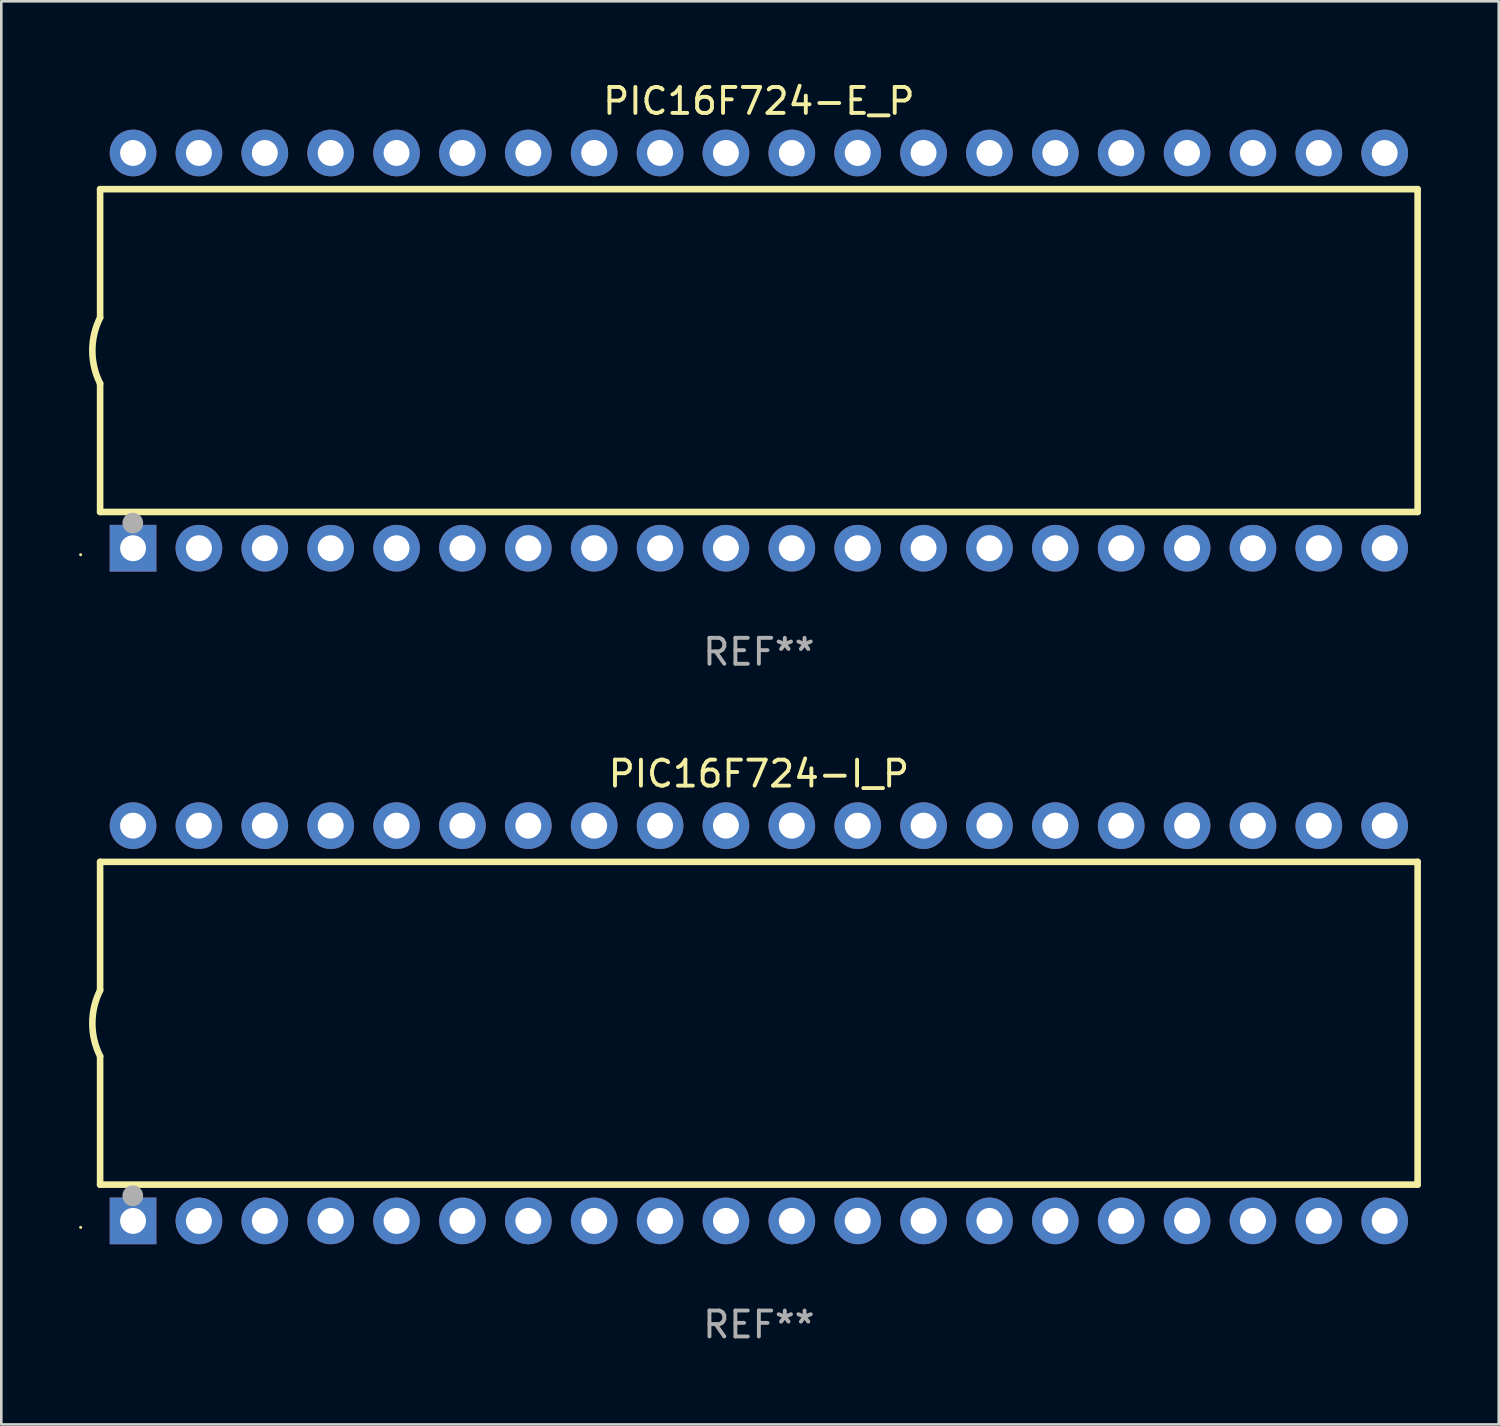
<source format=kicad_pcb>
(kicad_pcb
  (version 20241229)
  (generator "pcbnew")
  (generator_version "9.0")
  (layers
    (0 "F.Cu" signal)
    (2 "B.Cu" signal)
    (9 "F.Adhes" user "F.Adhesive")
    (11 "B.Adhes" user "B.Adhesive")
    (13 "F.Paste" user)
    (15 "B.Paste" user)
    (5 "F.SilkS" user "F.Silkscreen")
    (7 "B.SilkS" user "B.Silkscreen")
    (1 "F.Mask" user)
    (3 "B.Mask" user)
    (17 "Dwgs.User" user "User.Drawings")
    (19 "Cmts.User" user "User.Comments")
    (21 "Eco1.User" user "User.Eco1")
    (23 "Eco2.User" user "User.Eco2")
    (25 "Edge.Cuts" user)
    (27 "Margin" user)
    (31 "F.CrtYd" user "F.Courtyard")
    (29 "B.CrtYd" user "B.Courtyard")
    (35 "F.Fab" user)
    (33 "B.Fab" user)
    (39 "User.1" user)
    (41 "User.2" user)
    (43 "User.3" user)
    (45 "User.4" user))
  (footprint "PIC16F724-I_P"
    (layer "F.Cu")
    (at 26.21 36.405)
    (property "Reference" "PIC16F724-I_P" (at 0 -9.62 0) (layer "F.SilkS") (effects (font (size 1 1) (thickness 0.15))))
    (attr through_hole)
    (fp_line (start -25.4 -6.224) (end -25.4 -1.271) (stroke (width 0.254) (type solid)) (layer "F.SilkS"))
    (fp_line (start -25.4 -6.224) (end 25.4 -6.224) (stroke (width 0.254) (type solid)) (layer "F.SilkS"))
    (fp_line (start -25.4 1.269) (end -25.4 6.222) (stroke (width 0.254) (type solid)) (layer "F.SilkS"))
    (fp_line (start -25.4 6.222) (end 25.4 6.222) (stroke (width 0.254) (type solid)) (layer "F.SilkS"))
    (fp_line (start 25.4 6.222) (end 25.4 -6.224) (stroke (width 0.254) (type solid)) (layer "F.SilkS"))
    (fp_arc (start -25.4 1.269241) (mid -25.699807 -0.000762) (end -25.4 -1.270765) (stroke (width 0.254001) (type solid)) (layer "F.SilkS"))
    (fp_circle (center -26.15 7.87) (end -26.12 7.87) (stroke (width 0.06) (type solid)) (fill no) (layer "F.SilkS"))
    (fp_circle (center -24.14 6.65) (end -23.94 6.65) (stroke (width 0.4) (type solid)) (fill no) (layer "F.Fab"))
    (fp_text user "REF**" (at 0 11.62 0) (layer "F.Fab") (effects (font (size 1 1) (thickness 0.15))))
    (pad "1" thru_hole rect (at -24.13 7.62 90) (size 1.8 1.8) (drill 1) (layers "*.Cu" "*.Mask"))
    (pad "2" thru_hole circle (at -21.59 7.62) (size 1.8 1.8) (drill 1) (layers "*.Cu" "*.Mask"))
    (pad "3" thru_hole circle (at -19.05 7.62) (size 1.8 1.8) (drill 1) (layers "*.Cu" "*.Mask"))
    (pad "4" thru_hole circle (at -16.51 7.62) (size 1.8 1.8) (drill 1) (layers "*.Cu" "*.Mask"))
    (pad "5" thru_hole circle (at -13.97 7.62) (size 1.8 1.8) (drill 1) (layers "*.Cu" "*.Mask"))
    (pad "6" thru_hole circle (at -11.43 7.62) (size 1.8 1.8) (drill 1) (layers "*.Cu" "*.Mask"))
    (pad "7" thru_hole circle (at -8.89 7.62) (size 1.8 1.8) (drill 1) (layers "*.Cu" "*.Mask"))
    (pad "8" thru_hole circle (at -6.35 7.62) (size 1.8 1.8) (drill 1) (layers "*.Cu" "*.Mask"))
    (pad "9" thru_hole circle (at -3.81 7.62) (size 1.8 1.8) (drill 1) (layers "*.Cu" "*.Mask"))
    (pad "10" thru_hole circle (at -1.27 7.62) (size 1.8 1.8) (drill 1) (layers "*.Cu" "*.Mask"))
    (pad "11" thru_hole circle (at 1.27 7.62) (size 1.8 1.8) (drill 1) (layers "*.Cu" "*.Mask"))
    (pad "12" thru_hole circle (at 3.81 7.62) (size 1.8 1.8) (drill 1) (layers "*.Cu" "*.Mask"))
    (pad "13" thru_hole circle (at 6.35 7.62) (size 1.8 1.8) (drill 1) (layers "*.Cu" "*.Mask"))
    (pad "14" thru_hole circle (at 8.89 7.62) (size 1.8 1.8) (drill 1) (layers "*.Cu" "*.Mask"))
    (pad "15" thru_hole circle (at 11.43 7.62) (size 1.8 1.8) (drill 1) (layers "*.Cu" "*.Mask"))
    (pad "16" thru_hole circle (at 13.97 7.62) (size 1.8 1.8) (drill 1) (layers "*.Cu" "*.Mask"))
    (pad "17" thru_hole circle (at 16.51 7.62) (size 1.8 1.8) (drill 1) (layers "*.Cu" "*.Mask"))
    (pad "18" thru_hole circle (at 19.05 7.62) (size 1.8 1.8) (drill 1) (layers "*.Cu" "*.Mask"))
    (pad "19" thru_hole circle (at 21.59 7.62) (size 1.8 1.8) (drill 1) (layers "*.Cu" "*.Mask"))
    (pad "20" thru_hole circle (at 24.13 7.62) (size 1.8 1.8) (drill 1) (layers "*.Cu" "*.Mask"))
    (pad "21" thru_hole circle (at 24.13 -7.62) (size 1.8 1.8) (drill 1) (layers "*.Cu" "*.Mask"))
    (pad "22" thru_hole circle (at 21.59 -7.62) (size 1.8 1.8) (drill 1) (layers "*.Cu" "*.Mask"))
    (pad "23" thru_hole circle (at 19.05 -7.62) (size 1.8 1.8) (drill 1) (layers "*.Cu" "*.Mask"))
    (pad "24" thru_hole circle (at 16.51 -7.62) (size 1.8 1.8) (drill 1) (layers "*.Cu" "*.Mask"))
    (pad "25" thru_hole circle (at 13.97 -7.62) (size 1.8 1.8) (drill 1) (layers "*.Cu" "*.Mask"))
    (pad "26" thru_hole circle (at 11.43 -7.62) (size 1.8 1.8) (drill 1) (layers "*.Cu" "*.Mask"))
    (pad "27" thru_hole circle (at 8.89 -7.62) (size 1.8 1.8) (drill 1) (layers "*.Cu" "*.Mask"))
    (pad "28" thru_hole circle (at 6.35 -7.62) (size 1.8 1.8) (drill 1) (layers "*.Cu" "*.Mask"))
    (pad "29" thru_hole circle (at 3.81 -7.62) (size 1.8 1.8) (drill 1) (layers "*.Cu" "*.Mask"))
    (pad "30" thru_hole circle (at 1.27 -7.62) (size 1.8 1.8) (drill 1) (layers "*.Cu" "*.Mask"))
    (pad "31" thru_hole circle (at -1.27 -7.62) (size 1.8 1.8) (drill 1) (layers "*.Cu" "*.Mask"))
    (pad "32" thru_hole circle (at -3.81 -7.62) (size 1.8 1.8) (drill 1) (layers "*.Cu" "*.Mask"))
    (pad "33" thru_hole circle (at -6.35 -7.62) (size 1.8 1.8) (drill 1) (layers "*.Cu" "*.Mask"))
    (pad "34" thru_hole circle (at -8.89 -7.62) (size 1.8 1.8) (drill 1) (layers "*.Cu" "*.Mask"))
    (pad "35" thru_hole circle (at -11.43 -7.62) (size 1.8 1.8) (drill 1) (layers "*.Cu" "*.Mask"))
    (pad "36" thru_hole circle (at -13.97 -7.62) (size 1.8 1.8) (drill 1) (layers "*.Cu" "*.Mask"))
    (pad "37" thru_hole circle (at -16.51 -7.62) (size 1.8 1.8) (drill 1) (layers "*.Cu" "*.Mask"))
    (pad "38" thru_hole circle (at -19.05 -7.62) (size 1.8 1.8) (drill 1) (layers "*.Cu" "*.Mask"))
    (pad "39" thru_hole circle (at -21.59 -7.62) (size 1.8 1.8) (drill 1) (layers "*.Cu" "*.Mask"))
    (pad "40" thru_hole circle (at -24.13 -7.62) (size 1.8 1.8) (drill 1) (layers "*.Cu" "*.Mask")))
  (footprint "PIC16F724-E_P"
    (layer "F.Cu")
    (at 26.21 10.468)
    (property "Reference" "PIC16F724-E_P" (at 0 -9.62 0) (layer "F.SilkS") (effects (font (size 1 1) (thickness 0.15))))
    (attr through_hole)
    (fp_line (start -25.4 -6.224) (end -25.4 -1.271) (stroke (width 0.254) (type solid)) (layer "F.SilkS"))
    (fp_line (start -25.4 -6.224) (end 25.4 -6.224) (stroke (width 0.254) (type solid)) (layer "F.SilkS"))
    (fp_line (start -25.4 1.269) (end -25.4 6.222) (stroke (width 0.254) (type solid)) (layer "F.SilkS"))
    (fp_line (start -25.4 6.222) (end 25.4 6.222) (stroke (width 0.254) (type solid)) (layer "F.SilkS"))
    (fp_line (start 25.4 6.222) (end 25.4 -6.224) (stroke (width 0.254) (type solid)) (layer "F.SilkS"))
    (fp_arc (start -25.4 1.269241) (mid -25.699807 -0.000762) (end -25.4 -1.270765) (stroke (width 0.254001) (type solid)) (layer "F.SilkS"))
    (fp_circle (center -26.15 7.87) (end -26.12 7.87) (stroke (width 0.06) (type solid)) (fill no) (layer "F.SilkS"))
    (fp_circle (center -24.14 6.65) (end -23.94 6.65) (stroke (width 0.4) (type solid)) (fill no) (layer "F.Fab"))
    (fp_text user "REF**" (at 0 11.62 0) (layer "F.Fab") (effects (font (size 1 1) (thickness 0.15))))
    (pad "1" thru_hole rect (at -24.13 7.62 90) (size 1.8 1.8) (drill 1) (layers "*.Cu" "*.Mask"))
    (pad "2" thru_hole circle (at -21.59 7.62) (size 1.8 1.8) (drill 1) (layers "*.Cu" "*.Mask"))
    (pad "3" thru_hole circle (at -19.05 7.62) (size 1.8 1.8) (drill 1) (layers "*.Cu" "*.Mask"))
    (pad "4" thru_hole circle (at -16.51 7.62) (size 1.8 1.8) (drill 1) (layers "*.Cu" "*.Mask"))
    (pad "5" thru_hole circle (at -13.97 7.62) (size 1.8 1.8) (drill 1) (layers "*.Cu" "*.Mask"))
    (pad "6" thru_hole circle (at -11.43 7.62) (size 1.8 1.8) (drill 1) (layers "*.Cu" "*.Mask"))
    (pad "7" thru_hole circle (at -8.89 7.62) (size 1.8 1.8) (drill 1) (layers "*.Cu" "*.Mask"))
    (pad "8" thru_hole circle (at -6.35 7.62) (size 1.8 1.8) (drill 1) (layers "*.Cu" "*.Mask"))
    (pad "9" thru_hole circle (at -3.81 7.62) (size 1.8 1.8) (drill 1) (layers "*.Cu" "*.Mask"))
    (pad "10" thru_hole circle (at -1.27 7.62) (size 1.8 1.8) (drill 1) (layers "*.Cu" "*.Mask"))
    (pad "11" thru_hole circle (at 1.27 7.62) (size 1.8 1.8) (drill 1) (layers "*.Cu" "*.Mask"))
    (pad "12" thru_hole circle (at 3.81 7.62) (size 1.8 1.8) (drill 1) (layers "*.Cu" "*.Mask"))
    (pad "13" thru_hole circle (at 6.35 7.62) (size 1.8 1.8) (drill 1) (layers "*.Cu" "*.Mask"))
    (pad "14" thru_hole circle (at 8.89 7.62) (size 1.8 1.8) (drill 1) (layers "*.Cu" "*.Mask"))
    (pad "15" thru_hole circle (at 11.43 7.62) (size 1.8 1.8) (drill 1) (layers "*.Cu" "*.Mask"))
    (pad "16" thru_hole circle (at 13.97 7.62) (size 1.8 1.8) (drill 1) (layers "*.Cu" "*.Mask"))
    (pad "17" thru_hole circle (at 16.51 7.62) (size 1.8 1.8) (drill 1) (layers "*.Cu" "*.Mask"))
    (pad "18" thru_hole circle (at 19.05 7.62) (size 1.8 1.8) (drill 1) (layers "*.Cu" "*.Mask"))
    (pad "19" thru_hole circle (at 21.59 7.62) (size 1.8 1.8) (drill 1) (layers "*.Cu" "*.Mask"))
    (pad "20" thru_hole circle (at 24.13 7.62) (size 1.8 1.8) (drill 1) (layers "*.Cu" "*.Mask"))
    (pad "21" thru_hole circle (at 24.13 -7.62) (size 1.8 1.8) (drill 1) (layers "*.Cu" "*.Mask"))
    (pad "22" thru_hole circle (at 21.59 -7.62) (size 1.8 1.8) (drill 1) (layers "*.Cu" "*.Mask"))
    (pad "23" thru_hole circle (at 19.05 -7.62) (size 1.8 1.8) (drill 1) (layers "*.Cu" "*.Mask"))
    (pad "24" thru_hole circle (at 16.51 -7.62) (size 1.8 1.8) (drill 1) (layers "*.Cu" "*.Mask"))
    (pad "25" thru_hole circle (at 13.97 -7.62) (size 1.8 1.8) (drill 1) (layers "*.Cu" "*.Mask"))
    (pad "26" thru_hole circle (at 11.43 -7.62) (size 1.8 1.8) (drill 1) (layers "*.Cu" "*.Mask"))
    (pad "27" thru_hole circle (at 8.89 -7.62) (size 1.8 1.8) (drill 1) (layers "*.Cu" "*.Mask"))
    (pad "28" thru_hole circle (at 6.35 -7.62) (size 1.8 1.8) (drill 1) (layers "*.Cu" "*.Mask"))
    (pad "29" thru_hole circle (at 3.81 -7.62) (size 1.8 1.8) (drill 1) (layers "*.Cu" "*.Mask"))
    (pad "30" thru_hole circle (at 1.27 -7.62) (size 1.8 1.8) (drill 1) (layers "*.Cu" "*.Mask"))
    (pad "31" thru_hole circle (at -1.27 -7.62) (size 1.8 1.8) (drill 1) (layers "*.Cu" "*.Mask"))
    (pad "32" thru_hole circle (at -3.81 -7.62) (size 1.8 1.8) (drill 1) (layers "*.Cu" "*.Mask"))
    (pad "33" thru_hole circle (at -6.35 -7.62) (size 1.8 1.8) (drill 1) (layers "*.Cu" "*.Mask"))
    (pad "34" thru_hole circle (at -8.89 -7.62) (size 1.8 1.8) (drill 1) (layers "*.Cu" "*.Mask"))
    (pad "35" thru_hole circle (at -11.43 -7.62) (size 1.8 1.8) (drill 1) (layers "*.Cu" "*.Mask"))
    (pad "36" thru_hole circle (at -13.97 -7.62) (size 1.8 1.8) (drill 1) (layers "*.Cu" "*.Mask"))
    (pad "37" thru_hole circle (at -16.51 -7.62) (size 1.8 1.8) (drill 1) (layers "*.Cu" "*.Mask"))
    (pad "38" thru_hole circle (at -19.05 -7.62) (size 1.8 1.8) (drill 1) (layers "*.Cu" "*.Mask"))
    (pad "39" thru_hole circle (at -21.59 -7.62) (size 1.8 1.8) (drill 1) (layers "*.Cu" "*.Mask"))
    (pad "40" thru_hole circle (at -24.13 -7.62) (size 1.8 1.8) (drill 1) (layers "*.Cu" "*.Mask")))
  (gr_rect
    (start -3 -3)
    (end 54.737 51.873)
    (stroke (width 0.1) (type default))
    (fill no)
    (layer "Edge.Cuts")))
</source>
